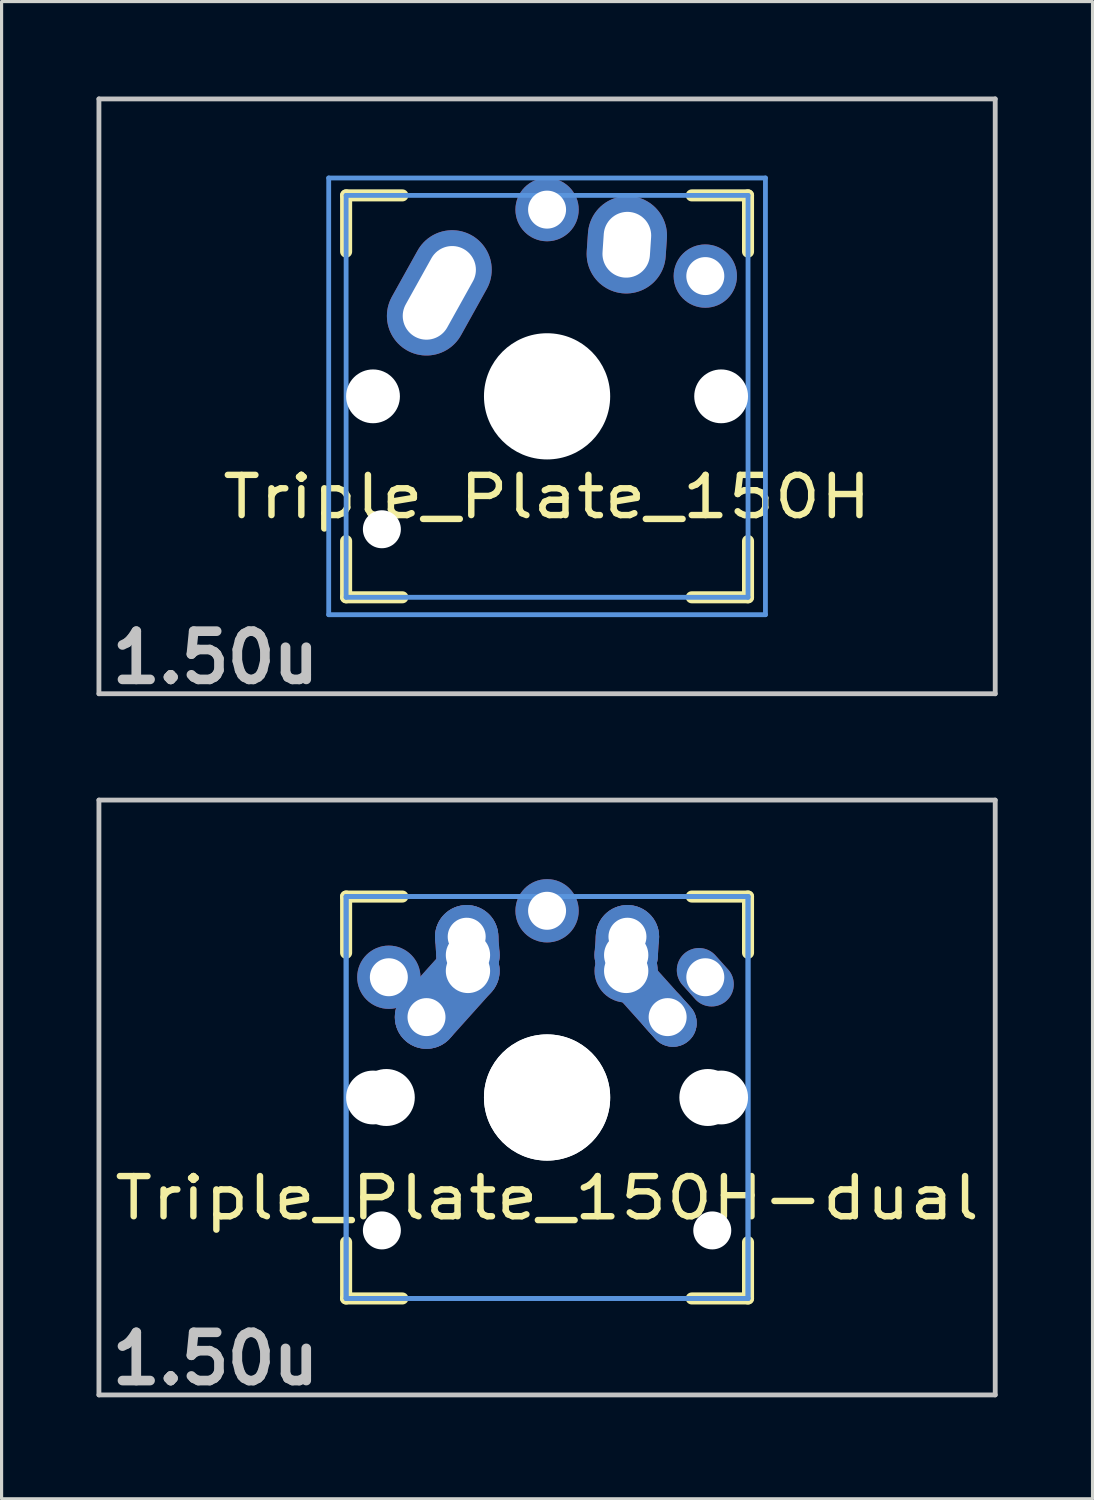
<source format=kicad_pcb>
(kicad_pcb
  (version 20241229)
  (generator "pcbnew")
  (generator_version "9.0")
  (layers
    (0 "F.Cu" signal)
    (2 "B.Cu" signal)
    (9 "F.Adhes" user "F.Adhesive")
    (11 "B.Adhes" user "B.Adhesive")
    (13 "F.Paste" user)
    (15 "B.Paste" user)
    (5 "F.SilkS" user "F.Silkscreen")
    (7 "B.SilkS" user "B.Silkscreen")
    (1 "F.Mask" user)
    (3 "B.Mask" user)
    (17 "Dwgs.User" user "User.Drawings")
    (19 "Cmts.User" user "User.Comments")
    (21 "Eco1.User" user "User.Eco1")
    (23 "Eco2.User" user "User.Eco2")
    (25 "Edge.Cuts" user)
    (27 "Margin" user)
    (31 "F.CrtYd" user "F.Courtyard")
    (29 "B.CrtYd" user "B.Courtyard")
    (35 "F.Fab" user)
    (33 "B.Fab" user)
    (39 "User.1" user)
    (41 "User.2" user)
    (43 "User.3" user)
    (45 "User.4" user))
  (footprint "Triple_Plate_150H"
    (layer "F.Cu")
    (at 14.237 9.474)
    (property "Reference" "Triple_Plate_150H" (at 0 3.175 0) (layer "F.SilkS") (effects (font (size 1.27 1.524) (thickness 0.203))))
    (attr through_hole)
    (fp_line (start -6.35 -6.35) (end -4.572 -6.35) (stroke (width 0.381) (type solid)) (layer "F.SilkS"))
    (fp_line (start -6.35 -4.572) (end -6.35 -6.35) (stroke (width 0.381) (type solid)) (layer "F.SilkS"))
    (fp_line (start -6.35 6.35) (end -6.35 4.572) (stroke (width 0.381) (type solid)) (layer "F.SilkS"))
    (fp_line (start -4.572 6.35) (end -6.35 6.35) (stroke (width 0.381) (type solid)) (layer "F.SilkS"))
    (fp_line (start 4.572 -6.35) (end 6.35 -6.35) (stroke (width 0.381) (type solid)) (layer "F.SilkS"))
    (fp_line (start 6.35 -6.35) (end 6.35 -4.572) (stroke (width 0.381) (type solid)) (layer "F.SilkS"))
    (fp_line (start 6.35 4.572) (end 6.35 6.35) (stroke (width 0.381) (type solid)) (layer "F.SilkS"))
    (fp_line (start 6.35 6.35) (end 4.572 6.35) (stroke (width 0.381) (type solid)) (layer "F.SilkS"))
    (fp_line (start -14.161 -9.398) (end 14.161 -9.398) (stroke (width 0.152) (type solid)) (layer "Dwgs.User"))
    (fp_line (start -14.161 9.398) (end -14.161 -9.398) (stroke (width 0.152) (type solid)) (layer "Dwgs.User"))
    (fp_line (start 14.161 -9.398) (end 14.161 9.398) (stroke (width 0.152) (type solid)) (layer "Dwgs.User"))
    (fp_line (start 14.161 9.398) (end -14.161 9.398) (stroke (width 0.152) (type solid)) (layer "Dwgs.User"))
    (fp_line (start -6.9 -6.9) (end 6.9 -6.9) (stroke (width 0.152) (type solid)) (layer "Cmts.User"))
    (fp_line (start -6.9 6.9) (end -6.9 -6.9) (stroke (width 0.152) (type solid)) (layer "Cmts.User"))
    (fp_line (start -6.35 -6.35) (end 6.35 -6.35) (stroke (width 0.152) (type solid)) (layer "Cmts.User"))
    (fp_line (start -6.35 6.35) (end -6.35 -6.35) (stroke (width 0.152) (type solid)) (layer "Cmts.User"))
    (fp_line (start 6.35 -6.35) (end 6.35 6.35) (stroke (width 0.152) (type solid)) (layer "Cmts.User"))
    (fp_line (start 6.35 6.35) (end -6.35 6.35) (stroke (width 0.152) (type solid)) (layer "Cmts.User"))
    (fp_line (start 6.9 -6.9) (end 6.9 6.9) (stroke (width 0.152) (type solid)) (layer "Cmts.User"))
    (fp_line (start 6.9 6.9) (end -6.9 6.9) (stroke (width 0.152) (type solid)) (layer "Cmts.User"))
    (fp_line (start -7.5 -7.5) (end 7.5 -7.5) (stroke (width 0.152) (type solid)) (layer "Eco2.User"))
    (fp_line (start -7.5 7.5) (end -7.5 -7.5) (stroke (width 0.152) (type solid)) (layer "Eco2.User"))
    (fp_line (start -6.985 -6.985) (end 6.985 -6.985) (stroke (width 0.152) (type solid)) (layer "Eco2.User"))
    (fp_line (start -6.985 6.985) (end -6.985 -6.985) (stroke (width 0.152) (type solid)) (layer "Eco2.User"))
    (fp_line (start 6.985 -6.985) (end 6.985 6.985) (stroke (width 0.152) (type solid)) (layer "Eco2.User"))
    (fp_line (start 6.985 6.985) (end -6.985 6.985) (stroke (width 0.152) (type solid)) (layer "Eco2.User"))
    (fp_line (start 7.5 -7.5) (end 7.5 7.5) (stroke (width 0.152) (type solid)) (layer "Eco2.User"))
    (fp_line (start 7.5 7.5) (end -7.5 7.5) (stroke (width 0.152) (type solid)) (layer "Eco2.User"))
    (fp_text user "1.50u" (at -10.477 8.255 0) (layer "Dwgs.User") (effects (font (size 1.524 1.524) (thickness 0.305))))
    (pad "" np_thru_hole circle (at -5.5 0) (size 1.7 1.7) (drill 1.7) (layers "*.Cu"))
    (pad "" np_thru_hole circle (at -5.22 4.2) (size 1.2 1.2) (drill 1.2) (layers "*.Cu"))
    (pad "" np_thru_hole circle (at 0 0) (size 3.4 3.4) (drill 3.4) (layers "*.Cu"))
    (pad "" np_thru_hole circle (at 0 0) (size 3.988 3.988) (drill 3.988) (layers "*.Cu"))
    (pad "" np_thru_hole circle (at 5.5 0) (size 1.7 1.7) (drill 1.7) (layers "*.Cu"))
    (pad "1" thru_hole oval (at -3.405 -3.27 330.9) (size 2.5 4.17) (drill oval 1.5 3.17) (layers "*.Cu" "*.Mask"))
    (pad "1" thru_hole circle (at 0 -5.9) (size 2 2) (drill 1.2) (layers "*.Cu" "*.Mask"))
    (pad "2" thru_hole oval (at 2.52 -4.79 356.1) (size 2.5 3.08) (drill oval 1.5 2.08) (layers "*.Cu" "*.Mask"))
    (pad "2" thru_hole circle (at 5 -3.8 221.9) (size 2 2) (drill 1.2) (layers "*.Cu" "*.Mask")))
  (footprint "Triple_Plate_150H-dual"
    (layer "F.Cu")
    (at 14.237 31.63)
    (property "Reference" "Triple_Plate_150H-dual" (at 0 3.175 0) (layer "F.SilkS") (effects (font (size 1.27 1.524) (thickness 0.203))))
    (attr through_hole)
    (fp_line (start -6.35 -6.35) (end -4.572 -6.35) (stroke (width 0.381) (type solid)) (layer "F.SilkS"))
    (fp_line (start -6.35 -4.572) (end -6.35 -6.35) (stroke (width 0.381) (type solid)) (layer "F.SilkS"))
    (fp_line (start -6.35 6.35) (end -6.35 4.572) (stroke (width 0.381) (type solid)) (layer "F.SilkS"))
    (fp_line (start -4.572 6.35) (end -6.35 6.35) (stroke (width 0.381) (type solid)) (layer "F.SilkS"))
    (fp_line (start 4.572 -6.35) (end 6.35 -6.35) (stroke (width 0.381) (type solid)) (layer "F.SilkS"))
    (fp_line (start 6.35 -6.35) (end 6.35 -4.572) (stroke (width 0.381) (type solid)) (layer "F.SilkS"))
    (fp_line (start 6.35 4.572) (end 6.35 6.35) (stroke (width 0.381) (type solid)) (layer "F.SilkS"))
    (fp_line (start 6.35 6.35) (end 4.572 6.35) (stroke (width 0.381) (type solid)) (layer "F.SilkS"))
    (fp_line (start -14.161 -9.398) (end 14.161 -9.398) (stroke (width 0.152) (type solid)) (layer "Dwgs.User"))
    (fp_line (start -14.161 9.398) (end -14.161 -9.398) (stroke (width 0.152) (type solid)) (layer "Dwgs.User"))
    (fp_line (start 14.161 -9.398) (end 14.161 9.398) (stroke (width 0.152) (type solid)) (layer "Dwgs.User"))
    (fp_line (start 14.161 9.398) (end -14.161 9.398) (stroke (width 0.152) (type solid)) (layer "Dwgs.User"))
    (fp_line (start -6.35 -6.35) (end 6.35 -6.35) (stroke (width 0.152) (type solid)) (layer "Cmts.User"))
    (fp_line (start -6.35 -6.35) (end 6.35 -6.35) (stroke (width 0.152) (type solid)) (layer "Cmts.User"))
    (fp_line (start -6.35 6.35) (end -6.35 -6.35) (stroke (width 0.152) (type solid)) (layer "Cmts.User"))
    (fp_line (start -6.35 6.35) (end -6.35 -6.35) (stroke (width 0.152) (type solid)) (layer "Cmts.User"))
    (fp_line (start 6.35 -6.35) (end 6.35 6.35) (stroke (width 0.152) (type solid)) (layer "Cmts.User"))
    (fp_line (start 6.35 -6.35) (end 6.35 6.35) (stroke (width 0.152) (type solid)) (layer "Cmts.User"))
    (fp_line (start 6.35 6.35) (end -6.35 6.35) (stroke (width 0.152) (type solid)) (layer "Cmts.User"))
    (fp_line (start 6.35 6.35) (end -6.35 6.35) (stroke (width 0.152) (type solid)) (layer "Cmts.User"))
    (fp_line (start -7.5 -7.5) (end 7.5 -7.5) (stroke (width 0.152) (type solid)) (layer "Eco2.User"))
    (fp_line (start -7.5 7.5) (end -7.5 -7.5) (stroke (width 0.152) (type solid)) (layer "Eco2.User"))
    (fp_line (start -6.985 -6.985) (end 6.985 -6.985) (stroke (width 0.152) (type solid)) (layer "Eco2.User"))
    (fp_line (start -6.985 -6.985) (end 6.985 -6.985) (stroke (width 0.152) (type solid)) (layer "Eco2.User"))
    (fp_line (start -6.985 6.985) (end -6.985 -6.985) (stroke (width 0.152) (type solid)) (layer "Eco2.User"))
    (fp_line (start -6.985 6.985) (end -6.985 -6.985) (stroke (width 0.152) (type solid)) (layer "Eco2.User"))
    (fp_line (start 6.985 -6.985) (end 6.985 6.985) (stroke (width 0.152) (type solid)) (layer "Eco2.User"))
    (fp_line (start 6.985 -6.985) (end 6.985 6.985) (stroke (width 0.152) (type solid)) (layer "Eco2.User"))
    (fp_line (start 6.985 6.985) (end -6.985 6.985) (stroke (width 0.152) (type solid)) (layer "Eco2.User"))
    (fp_line (start 6.985 6.985) (end -6.985 6.985) (stroke (width 0.152) (type solid)) (layer "Eco2.User"))
    (fp_line (start 7.5 -7.5) (end 7.5 7.5) (stroke (width 0.152) (type solid)) (layer "Eco2.User"))
    (fp_line (start 7.5 7.5) (end -7.5 7.5) (stroke (width 0.152) (type solid)) (layer "Eco2.User"))
    (fp_text user "1.50u" (at -10.477 8.255 0) (layer "Dwgs.User") (effects (font (size 1.524 1.524) (thickness 0.305))))
    (pad "" np_thru_hole circle (at -5.5 0) (size 1.7 1.7) (drill 1.7) (layers "*.Cu"))
    (pad "" np_thru_hole circle (at -5.22 4.2) (size 1.2 1.2) (drill 1.2) (layers "*.Cu"))
    (pad "" np_thru_hole circle (at -5.08 0) (size 1.8 1.8) (drill 1.8) (layers "*.Cu"))
    (pad "" np_thru_hole circle (at 0 0) (size 3.988 3.988) (drill 3.988) (layers "*.Cu"))
    (pad "" np_thru_hole circle (at 0 0) (size 3.988 3.988) (drill 3.988) (layers "*.Cu"))
    (pad "" np_thru_hole circle (at 5.08 0) (size 1.8 1.8) (drill 1.8) (layers "*.Cu"))
    (pad "" np_thru_hole circle (at 5.22 4.2) (size 1.2 1.2) (drill 1.2) (layers "*.Cu"))
    (pad "" np_thru_hole circle (at 5.5 0) (size 1.7 1.7) (drill 1.7) (layers "*.Cu"))
    (pad "1" thru_hole circle (at -5 -3.8 138.1) (size 2 2) (drill 1.2) (layers "*.Cu" "*.Mask"))
    (pad "1" thru_hole circle (at -3.81 -2.54) (size 2 2) (drill oval 1.2) (layers "*.Cu" "*.Mask"))
    (pad "1" smd oval (at -3.155 -3.27 138.1) (size 2 3.962) (layers "F.Cu" "F.Mask" "F.Paste"))
    (pad "1" smd oval (at -3.155 -3.27 138.1) (size 2 3.962) (layers "B.Cu" "B.Mask" "B.Paste"))
    (pad "1" thru_hole circle (at -2.54 -5.08 330.95) (size 2 2) (drill 1.2) (layers "*.Cu" "*.Mask"))
    (pad "1" smd oval (at -2.52 -4.79 3.945) (size 2 2.581) (layers "F.Cu" "F.Mask" "F.Paste"))
    (pad "1" smd oval (at -2.52 -4.79 3.945) (size 2 2.581) (layers "B.Cu" "B.Mask" "B.Paste"))
    (pad "1" thru_hole circle (at -2.5 -4.5 330.95) (size 2 2) (drill 1.4) (layers "*.Cu" "*.Mask"))
    (pad "1" thru_hole circle (at -2.5 -4 330.95) (size 2 2) (drill 1.4) (layers "*.Cu" "*.Mask"))
    (pad "1" thru_hole oval (at 5 -3.8 221.9) (size 1.4 2) (drill 1.2) (layers "*.Cu" "*.Mask"))
    (pad "2" thru_hole circle (at 0 -5.9) (size 2 2) (drill 1.2) (layers "*.Cu" "*.Mask"))
    (pad "2" thru_hole circle (at 2.5 -4.5 330.95) (size 2 2) (drill 1.4) (layers "*.Cu" "*.Mask"))
    (pad "2" thru_hole circle (at 2.5 -4) (size 2 2) (drill 1.4) (layers "*.Cu" "*.Mask"))
    (pad "2" smd oval (at 2.52 -4.79 356.055) (size 2 2.581) (layers "F.Cu" "F.Mask" "F.Paste"))
    (pad "2" smd oval (at 2.52 -4.79 356.055) (size 2 2.581) (layers "B.Cu" "B.Mask" "B.Paste"))
    (pad "2" thru_hole circle (at 2.54 -5.08 330.95) (size 2 2) (drill 1.2) (layers "*.Cu" "*.Mask"))
    (pad "2" smd oval (at 3.155 -3.27 221.9) (size 1.5 3.962) (layers "F.Cu" "F.Mask" "F.Paste"))
    (pad "2" smd oval (at 3.155 -3.27 221.9) (size 1.5 3.962) (layers "B.Cu" "B.Mask" "B.Paste"))
    (pad "2" thru_hole oval (at 3.81 -2.54 311.9) (size 2 1.5) (drill 1.2) (layers "*.Cu" "*.Mask")))
  (gr_rect
    (start -3 -3)
    (end 31.473 44.311)
    (stroke (width 0.1) (type default))
    (fill no)
    (layer "Edge.Cuts")))
</source>
